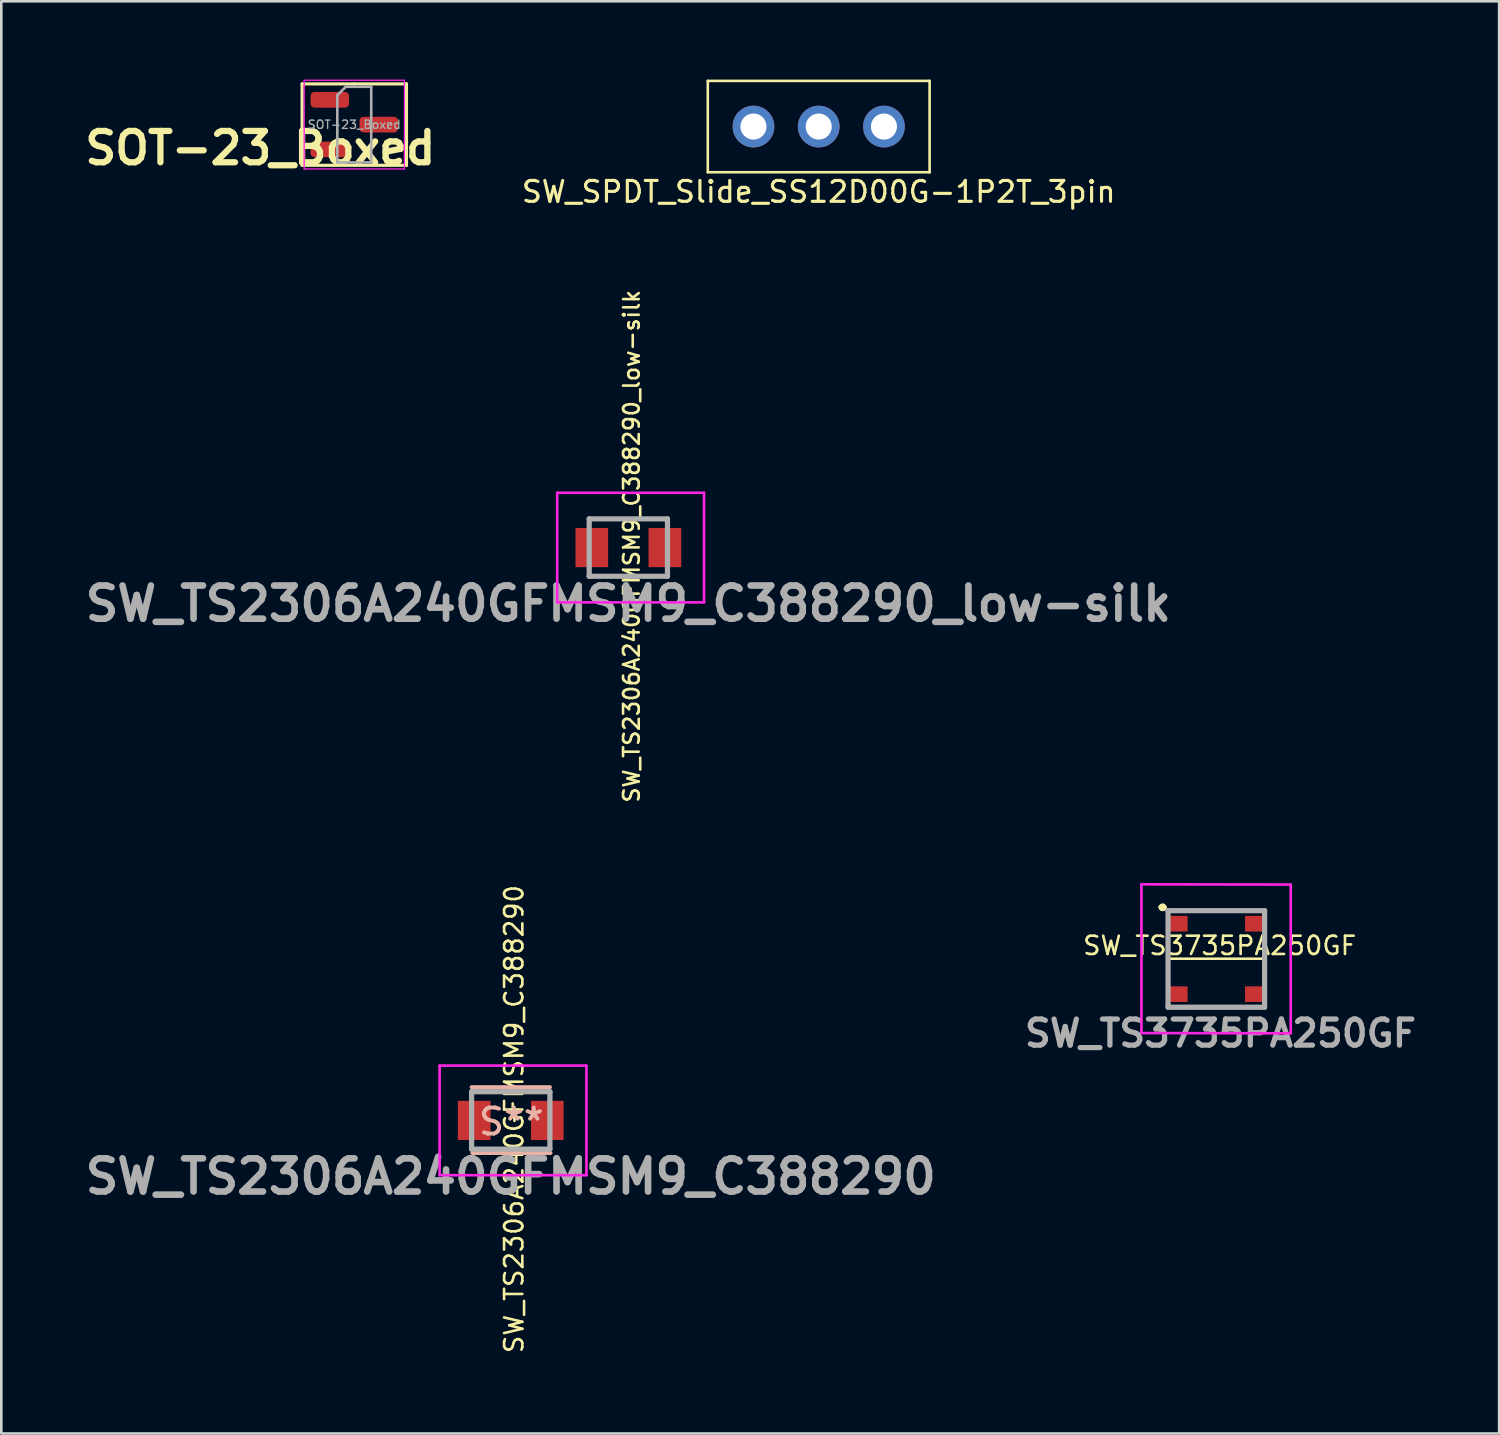
<source format=kicad_pcb>
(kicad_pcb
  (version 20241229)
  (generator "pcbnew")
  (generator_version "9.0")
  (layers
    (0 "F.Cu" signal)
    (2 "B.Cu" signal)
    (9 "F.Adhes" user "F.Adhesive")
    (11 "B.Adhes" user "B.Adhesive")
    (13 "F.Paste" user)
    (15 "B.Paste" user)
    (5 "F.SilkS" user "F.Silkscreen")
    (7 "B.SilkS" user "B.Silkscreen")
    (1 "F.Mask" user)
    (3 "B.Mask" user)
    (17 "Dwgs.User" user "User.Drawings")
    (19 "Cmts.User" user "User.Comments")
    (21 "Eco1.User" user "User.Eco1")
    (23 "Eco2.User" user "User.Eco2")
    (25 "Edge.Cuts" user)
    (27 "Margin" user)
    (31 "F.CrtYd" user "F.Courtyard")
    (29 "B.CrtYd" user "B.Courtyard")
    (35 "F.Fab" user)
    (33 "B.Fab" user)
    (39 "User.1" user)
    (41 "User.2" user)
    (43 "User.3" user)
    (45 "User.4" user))
  (footprint "SW_TS2306A240GFMSM9_C388290"
    (layer "F.Cu")
    (at 16.522 39.884)
    (property "Reference" "SW_TS2306A240GFMSM9_C388290" (at 0.125 -0.05 90) (unlocked yes) (layer "F.SilkS") (effects (font (size 0.7 0.7) (thickness 0.1))))
    (attr smd)
    (fp_line (start -1.5 -1.275) (end 1.5 -1.275) (stroke (width 0.15) (type solid)) (layer "B.SilkS"))
    (fp_line (start -1.475 1.25) (end 1.525 1.25) (stroke (width 0.15) (type solid)) (layer "B.SilkS"))
    (fp_line (start -2.725 -2.1) (end 2.9 -2.1) (stroke (width 0.1) (type solid)) (layer "F.CrtYd"))
    (fp_line (start -2.725 2.1) (end -2.725 -2.1) (stroke (width 0.1) (type solid)) (layer "F.CrtYd"))
    (fp_line (start 2.9 -2.1) (end 2.9 2.1) (stroke (width 0.1) (type solid)) (layer "F.CrtYd"))
    (fp_line (start 2.9 2.1) (end -2.725 2.1) (stroke (width 0.1) (type solid)) (layer "F.CrtYd"))
    (fp_line (start -1.5 -1.1) (end -1.5 1.1) (stroke (width 0.2) (type solid)) (layer "F.Fab"))
    (fp_line (start -1.5 1.1) (end 1.5 1.1) (stroke (width 0.2) (type solid)) (layer "F.Fab"))
    (fp_line (start 1.5 -1.1) (end -1.5 -1.1) (stroke (width 0.2) (type solid)) (layer "F.Fab"))
    (fp_line (start 1.5 1.1) (end 1.5 -1.1) (stroke (width 0.2) (type solid)) (layer "F.Fab"))
    (fp_text user "S**" (at 0.025 0.05 0) (layer "B.SilkS") (effects (font (size 1 1) (thickness 0.15))))
    (fp_text user "${REFERENCE}" (at 0 2.15 0) (layer "F.Fab") (effects (font (size 1.27 1.27) (thickness 0.254))))
    (pad "1" smd rect (at -1.4 0) (size 1.25 1.5) (layers "F.Cu" "F.Mask" "F.Paste"))
    (pad "2" smd rect (at 1.4 0) (size 1.25 1.5) (layers "F.Cu" "F.Mask" "F.Paste")))
  (footprint "SW_TS2306A240GFMSM9_C388290_low-silk"
    (layer "F.Cu")
    (at 21.028 17.933)
    (property "Reference" "SW_TS2306A240GFMSM9_C388290_low-silk" (at 0.125 -0.05 90) (unlocked yes) (layer "F.SilkS") (effects (font (size 0.6 0.6) (thickness 0.1))))
    (attr smd)
    (fp_line (start -2.725 -2.1) (end 2.9 -2.1) (stroke (width 0.1) (type solid)) (layer "F.CrtYd"))
    (fp_line (start -2.725 2.1) (end -2.725 -2.1) (stroke (width 0.1) (type solid)) (layer "F.CrtYd"))
    (fp_line (start 2.9 -2.1) (end 2.9 2.1) (stroke (width 0.1) (type solid)) (layer "F.CrtYd"))
    (fp_line (start 2.9 2.1) (end -2.725 2.1) (stroke (width 0.1) (type solid)) (layer "F.CrtYd"))
    (fp_line (start -1.5 -1.1) (end -1.5 1.1) (stroke (width 0.2) (type solid)) (layer "F.Fab"))
    (fp_line (start -1.5 1.1) (end 1.5 1.1) (stroke (width 0.2) (type solid)) (layer "F.Fab"))
    (fp_line (start 1.5 -1.1) (end -1.5 -1.1) (stroke (width 0.2) (type solid)) (layer "F.Fab"))
    (fp_line (start 1.5 1.1) (end 1.5 -1.1) (stroke (width 0.2) (type solid)) (layer "F.Fab"))
    (fp_text user "${REFERENCE}" (at 0 2.15 0) (layer "F.Fab") (effects (font (size 1.27 1.27) (thickness 0.254))))
    (pad "1" smd rect (at -1.4 0) (size 1.25 1.5) (layers "F.Cu" "F.Mask" "F.Paste"))
    (pad "2" smd rect (at 1.4 0) (size 1.25 1.5) (layers "F.Cu" "F.Mask" "F.Paste")))
  (footprint "SW_TS3735PA250GF"
    (layer "F.Cu")
    (at 43.56 33.697)
    (property "Reference" "SW_TS3735PA250GF" (at 0.13 -0.51 0) (layer "F.SilkS") (effects (font (size 0.7 0.7) (thickness 0.1))))
    (attr smd)
    (fp_line (start -2.11 -1.98) (end -2.11 -1.98) (stroke (width 0.2) (type solid)) (layer "F.SilkS"))
    (fp_line (start -2.11 -1.98) (end -2.11 -1.98) (stroke (width 0.2) (type solid)) (layer "F.SilkS"))
    (fp_line (start -2.01 -1.98) (end -2.01 -1.98) (stroke (width 0.2) (type solid)) (layer "F.SilkS"))
    (fp_line (start -1.85 -0.5) (end -1.85 -0.5) (stroke (width 0.1) (type solid)) (layer "F.SilkS"))
    (fp_line (start -1.85 -0.5) (end -1.85 0.5) (stroke (width 0.1) (type solid)) (layer "F.SilkS"))
    (fp_line (start -1.85 0.5) (end -1.85 -0.5) (stroke (width 0.1) (type solid)) (layer "F.SilkS"))
    (fp_line (start -1.85 0.5) (end -1.85 0.5) (stroke (width 0.1) (type solid)) (layer "F.SilkS"))
    (fp_line (start -1.8 -0.01) (end 1.8 -0.01) (stroke (width 0.1) (type solid)) (layer "F.SilkS"))
    (fp_line (start -0.75 -1.85) (end -0.75 -1.85) (stroke (width 0.1) (type solid)) (layer "F.SilkS"))
    (fp_line (start -0.75 -1.85) (end 0.75 -1.85) (stroke (width 0.1) (type solid)) (layer "F.SilkS"))
    (fp_line (start -0.5 1.85) (end -0.5 1.85) (stroke (width 0.1) (type solid)) (layer "F.SilkS"))
    (fp_line (start -0.5 1.85) (end 0.75 1.85) (stroke (width 0.1) (type solid)) (layer "F.SilkS"))
    (fp_line (start 0.75 -1.85) (end -0.75 -1.85) (stroke (width 0.1) (type solid)) (layer "F.SilkS"))
    (fp_line (start 0.75 -1.85) (end 0.75 -1.85) (stroke (width 0.1) (type solid)) (layer "F.SilkS"))
    (fp_line (start 0.75 1.85) (end -0.5 1.85) (stroke (width 0.1) (type solid)) (layer "F.SilkS"))
    (fp_line (start 0.75 1.85) (end 0.75 1.85) (stroke (width 0.1) (type solid)) (layer "F.SilkS"))
    (fp_line (start 1.85 -0.5) (end 1.85 -0.5) (stroke (width 0.1) (type solid)) (layer "F.SilkS"))
    (fp_line (start 1.85 -0.5) (end 1.85 0.5) (stroke (width 0.1) (type solid)) (layer "F.SilkS"))
    (fp_line (start 1.85 0.5) (end 1.85 -0.5) (stroke (width 0.1) (type solid)) (layer "F.SilkS"))
    (fp_line (start 1.85 0.5) (end 1.85 0.5) (stroke (width 0.1) (type solid)) (layer "F.SilkS"))
    (fp_arc (start -2.11 -1.98) (mid -2.06 -2.03) (end -2.01 -1.98) (stroke (width 0.2) (type solid)) (layer "F.SilkS"))
    (fp_arc (start -2.01 -1.98) (mid -2.06 -1.93) (end -2.11 -1.98) (stroke (width 0.2) (type solid)) (layer "F.SilkS"))
    (fp_arc (start -2.01 -1.98) (mid -2.06 -1.93) (end -2.11 -1.98) (stroke (width 0.2) (type solid)) (layer "F.SilkS"))
    (fp_line (start -2.87 -2.86) (end 2.85 -2.85) (stroke (width 0.1) (type solid)) (layer "F.CrtYd"))
    (fp_line (start -2.87 2.84) (end -2.87 -2.86) (stroke (width 0.1) (type solid)) (layer "F.CrtYd"))
    (fp_line (start 2.85 -2.85) (end 2.85 2.85) (stroke (width 0.1) (type solid)) (layer "F.CrtYd"))
    (fp_line (start 2.85 2.85) (end -2.87 2.84) (stroke (width 0.1) (type solid)) (layer "F.CrtYd"))
    (fp_line (start -1.85 -1.85) (end -1.85 1.85) (stroke (width 0.2) (type solid)) (layer "F.Fab"))
    (fp_line (start -1.85 1.85) (end 1.85 1.85) (stroke (width 0.2) (type solid)) (layer "F.Fab"))
    (fp_line (start 1.85 -1.85) (end -1.85 -1.85) (stroke (width 0.2) (type solid)) (layer "F.Fab"))
    (fp_line (start 1.85 1.85) (end 1.85 -1.85) (stroke (width 0.2) (type solid)) (layer "F.Fab"))
    (fp_text user "${REFERENCE}" (at 0.16 2.85 0) (layer "F.Fab") (effects (font (size 1 1) (thickness 0.2))))
    (pad "1" smd rect (at -1.475 -1.35 90) (size 0.6 0.75) (layers "F.Cu" "F.Mask" "F.Paste"))
    (pad "2" smd rect (at 1.475 -1.35 90) (size 0.6 0.75) (layers "F.Cu" "F.Mask" "F.Paste"))
    (pad "3" smd rect (at -1.475 1.35 90) (size 0.6 0.75) (layers "F.Cu" "F.Mask" "F.Paste"))
    (pad "4" smd rect (at 1.475 1.35 90) (size 0.6 0.75) (layers "F.Cu" "F.Mask" "F.Paste")))
  (footprint "SW_SPDT_Slide_SS12D00G-1P2T_3pin"
    (layer "F.Cu")
    (at 28.323 1.8)
    (property "Reference" "SW_SPDT_Slide_SS12D00G-1P2T_3pin" (at 0 2.5 0) (layer "F.SilkS") (effects (font (size 0.8 0.8) (thickness 0.12))))
    (attr through_hole)
    (fp_line (start -4.25 -1.75) (end 4.25 -1.75) (stroke (width 0.1) (type solid)) (layer "F.SilkS"))
    (fp_line (start -4.25 1.75) (end -4.25 -1.75) (stroke (width 0.1) (type solid)) (layer "F.SilkS"))
    (fp_line (start 4.25 -1.75) (end 4.25 1.75) (stroke (width 0.1) (type solid)) (layer "F.SilkS"))
    (fp_line (start 4.25 1.75) (end -4.25 1.75) (stroke (width 0.1) (type solid)) (layer "F.SilkS"))
    (pad "1" thru_hole circle (at -2.5 0) (size 1.6 1.6) (drill 1) (layers "*.Cu" "*.Mask"))
    (pad "2" thru_hole circle (at 0 0) (size 1.6 1.6) (drill 1) (layers "*.Cu" "*.Mask"))
    (pad "3" thru_hole circle (at 2.5 0) (size 1.6 1.6) (drill 1) (layers "*.Cu" "*.Mask")))
  (footprint "SOT-23_Boxed"
    (layer "F.Cu")
    (at 10.526 1.725)
    (property "Reference" "SOT-23_Boxed" (at -3.6 0.9 180) (layer "F.SilkS") (effects (font (size 1.2 1.2) (thickness 0.24))))
    (attr smd)
    (fp_line (start -2 1.56) (end -2 -1.56) (stroke (width 0.12) (type solid)) (layer "F.SilkS"))
    (fp_line (start 0 -1.56) (end -2 -1.56) (stroke (width 0.12) (type solid)) (layer "F.SilkS"))
    (fp_line (start 0 -1.56) (end 2 -1.56) (stroke (width 0.12) (type solid)) (layer "F.SilkS"))
    (fp_line (start 0 1.56) (end -2 1.56) (stroke (width 0.12) (type solid)) (layer "F.SilkS"))
    (fp_line (start 0 1.56) (end 2 1.56) (stroke (width 0.12) (type solid)) (layer "F.SilkS"))
    (fp_line (start 2 1.56) (end 2 -1.56) (stroke (width 0.12) (type solid)) (layer "F.SilkS"))
    (fp_line (start -1.92 -1.7) (end -1.92 1.7) (stroke (width 0.05) (type solid)) (layer "F.CrtYd"))
    (fp_line (start -1.92 1.7) (end 1.92 1.7) (stroke (width 0.05) (type solid)) (layer "F.CrtYd"))
    (fp_line (start 1.92 -1.7) (end -1.92 -1.7) (stroke (width 0.05) (type solid)) (layer "F.CrtYd"))
    (fp_line (start 1.92 1.7) (end 1.92 -1.7) (stroke (width 0.05) (type solid)) (layer "F.CrtYd"))
    (fp_line (start -0.65 -1.125) (end -0.325 -1.45) (stroke (width 0.1) (type solid)) (layer "F.Fab"))
    (fp_line (start -0.65 1.45) (end -0.65 -1.125) (stroke (width 0.1) (type solid)) (layer "F.Fab"))
    (fp_line (start -0.325 -1.45) (end 0.65 -1.45) (stroke (width 0.1) (type solid)) (layer "F.Fab"))
    (fp_line (start 0.65 -1.45) (end 0.65 1.45) (stroke (width 0.1) (type solid)) (layer "F.Fab"))
    (fp_line (start 0.65 1.45) (end -0.65 1.45) (stroke (width 0.1) (type solid)) (layer "F.Fab"))
    (fp_text user "${REFERENCE}" (at 0 0 180) (layer "F.Fab") (effects (font (size 0.32 0.32) (thickness 0.05))))
    (pad "1" smd roundrect (at -0.938 -0.95) (size 1.475 0.6) (layers "F.Cu" "F.Mask" "F.Paste") (roundrect_rratio 0.25))
    (pad "2" smd roundrect (at -0.938 0.95) (size 1.475 0.6) (layers "F.Cu" "F.Mask" "F.Paste") (roundrect_rratio 0.25))
    (pad "3" smd roundrect (at 0.938 0) (size 1.475 0.6) (layers "F.Cu" "F.Mask" "F.Paste") (roundrect_rratio 0.25)))
  (gr_rect
    (start -3 -3)
    (end 54.397 51.881)
    (stroke (width 0.1) (type default))
    (fill no)
    (layer "Edge.Cuts")))
</source>
